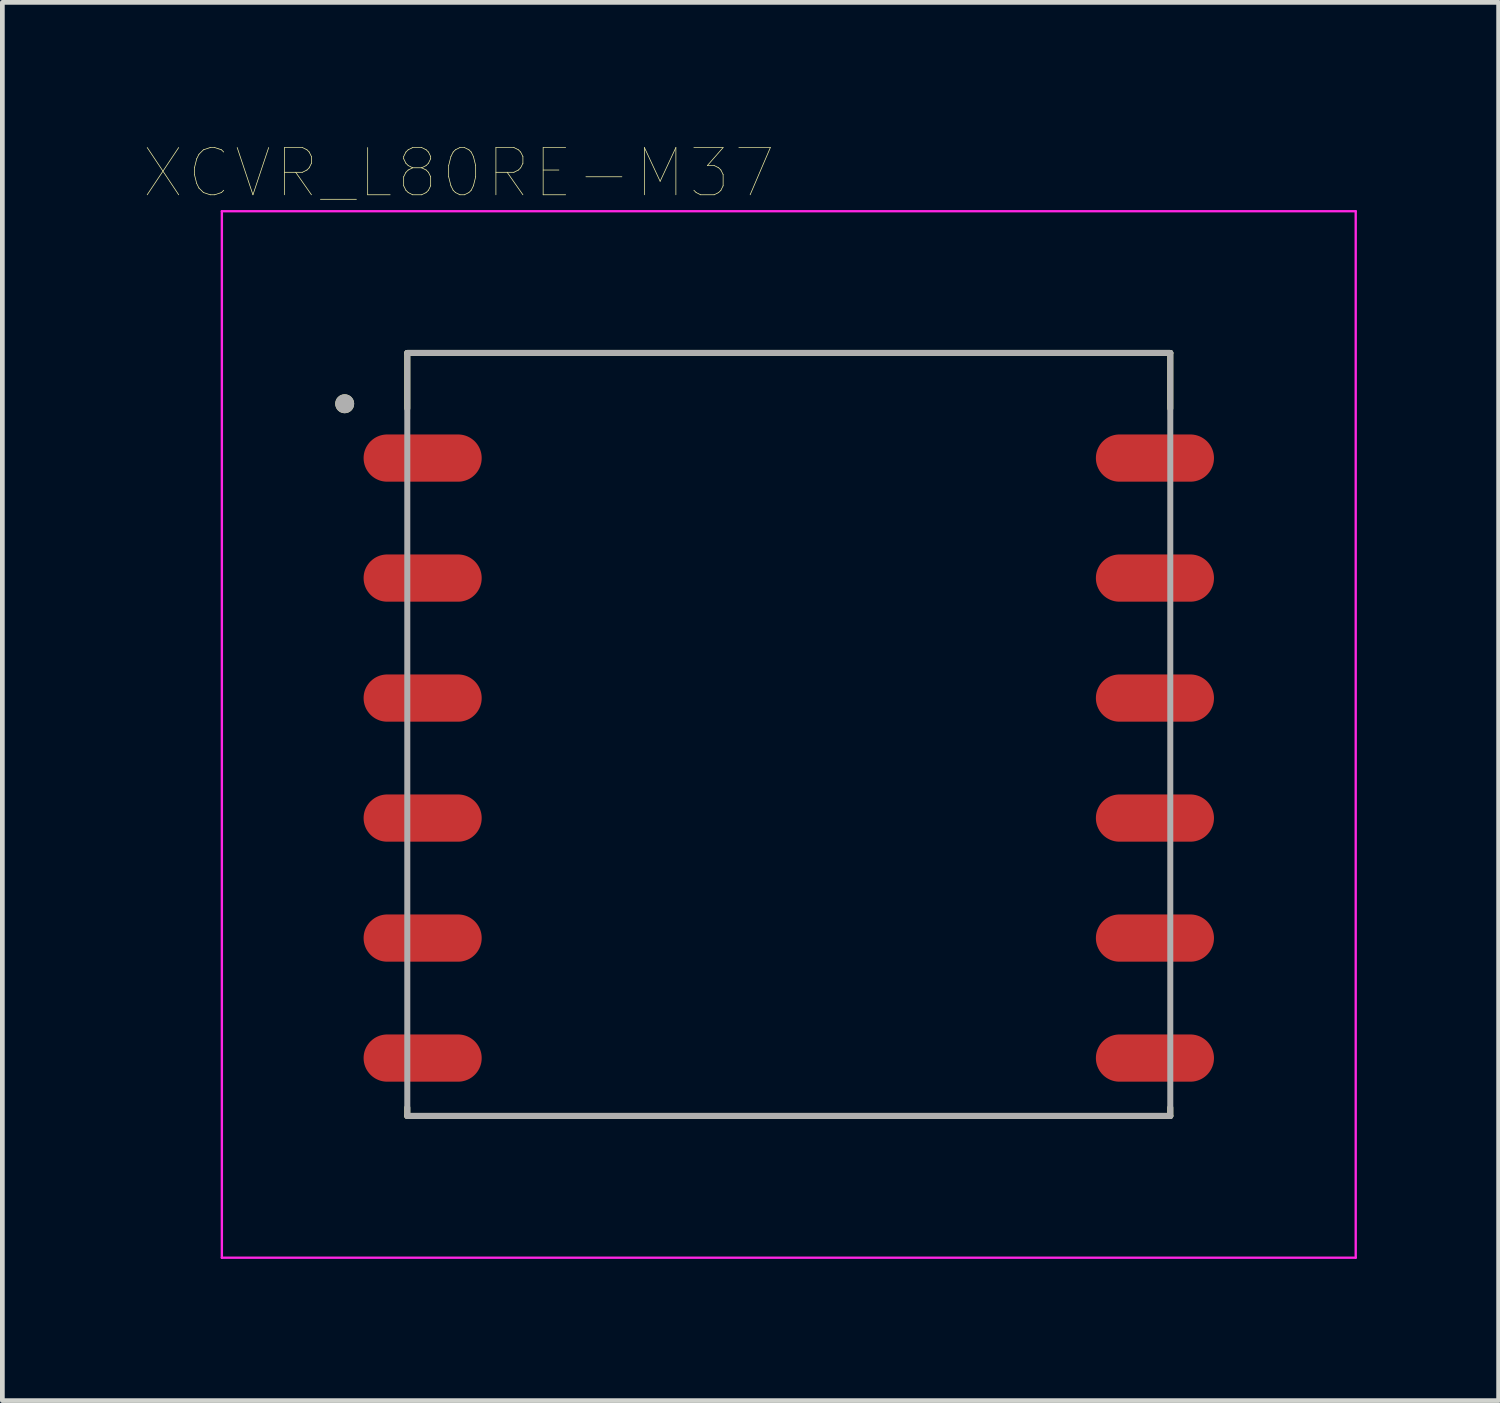
<source format=kicad_pcb>
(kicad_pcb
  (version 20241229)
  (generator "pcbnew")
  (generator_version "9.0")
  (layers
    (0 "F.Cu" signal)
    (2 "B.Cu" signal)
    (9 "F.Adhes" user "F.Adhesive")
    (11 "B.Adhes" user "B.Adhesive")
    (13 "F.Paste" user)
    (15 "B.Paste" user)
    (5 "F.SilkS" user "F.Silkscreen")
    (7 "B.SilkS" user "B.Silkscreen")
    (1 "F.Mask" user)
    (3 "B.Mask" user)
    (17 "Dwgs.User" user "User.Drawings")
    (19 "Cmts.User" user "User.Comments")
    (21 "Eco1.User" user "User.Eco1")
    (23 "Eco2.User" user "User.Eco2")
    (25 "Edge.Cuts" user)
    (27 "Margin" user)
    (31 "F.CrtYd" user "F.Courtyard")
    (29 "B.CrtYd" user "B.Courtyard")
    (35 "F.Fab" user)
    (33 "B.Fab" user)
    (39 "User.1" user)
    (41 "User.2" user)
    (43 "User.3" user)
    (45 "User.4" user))
  (footprint "XCVR_L80RE-M37"
    (layer "F.Cu")
    (at 13.646 12.996)
    (property "Reference" "XCVR_L80RE-M37" (at -6.985 -12.385 0) (layer "F.SilkS") (effects (font (size 1 1) (thickness 0.015))))
    (attr through_hole)
    (fp_line (start -8.075 -8.575) (end -8.075 -7.4) (stroke (width 0.127) (type solid)) (layer "F.SilkS"))
    (fp_line (start -8.075 -8.575) (end 8.075 -8.575) (stroke (width 0.127) (type solid)) (layer "F.SilkS"))
    (fp_line (start -8.075 7.575) (end -8.075 7.4) (stroke (width 0.127) (type solid)) (layer "F.SilkS"))
    (fp_line (start 8.075 -8.575) (end 8.075 -7.4) (stroke (width 0.127) (type solid)) (layer "F.SilkS"))
    (fp_line (start 8.075 7.575) (end -8.075 7.575) (stroke (width 0.127) (type solid)) (layer "F.SilkS"))
    (fp_line (start 8.075 7.575) (end 8.075 7.4) (stroke (width 0.127) (type solid)) (layer "F.SilkS"))
    (fp_circle (center -9.4 -7.5) (end -9.3 -7.5) (stroke (width 0.2) (type solid)) (fill no) (layer "F.SilkS"))
    (fp_poly (pts (xy -8 -6.85) (xy -7.1 -6.85) (xy -7.048 -6.847) (xy -6.996 -6.839) (xy -6.945 -6.826) (xy -6.897 -6.807) (xy -6.85 -6.783) (xy -6.806 -6.755) (xy -6.765 -6.722) (xy -6.728 -6.685) (xy -6.695 -6.644) (xy -6.667 -6.6) (xy -6.643 -6.553) (xy -6.624 -6.505) (xy -6.611 -6.454) (xy -6.603 -6.402) (xy -6.6 -6.35) (xy -6.603 -6.298) (xy -6.611 -6.246) (xy -6.624 -6.195) (xy -6.643 -6.147) (xy -6.667 -6.1) (xy -6.695 -6.056) (xy -6.728 -6.015) (xy -6.765 -5.978) (xy -6.806 -5.945) (xy -6.85 -5.917) (xy -6.897 -5.893) (xy -6.945 -5.874) (xy -6.996 -5.861) (xy -7.048 -5.853) (xy -7.1 -5.85) (xy -8.9 -5.85) (xy -8.952 -5.853) (xy -9.004 -5.861) (xy -9.055 -5.874) (xy -9.103 -5.893) (xy -9.15 -5.917) (xy -9.194 -5.945) (xy -9.235 -5.978) (xy -9.272 -6.015) (xy -9.305 -6.056) (xy -9.333 -6.1) (xy -9.357 -6.147) (xy -9.376 -6.195) (xy -9.389 -6.246) (xy -9.397 -6.298) (xy -9.4 -6.35) (xy -9.397 -6.402) (xy -9.389 -6.454) (xy -9.376 -6.505) (xy -9.357 -6.553) (xy -9.333 -6.6) (xy -9.305 -6.644) (xy -9.272 -6.685) (xy -9.235 -6.722) (xy -9.194 -6.755) (xy -9.15 -6.783) (xy -9.103 -6.807) (xy -9.055 -6.826) (xy -9.004 -6.839) (xy -8.952 -6.847) (xy -8.9 -6.85) (xy -8 -6.85)) (stroke (width 0.0001) (type solid)) (fill yes) (layer "F.Paste"))
    (fp_poly (pts (xy -8 -4.31) (xy -7.1 -4.31) (xy -7.048 -4.307) (xy -6.996 -4.299) (xy -6.945 -4.286) (xy -6.897 -4.267) (xy -6.85 -4.243) (xy -6.806 -4.215) (xy -6.765 -4.182) (xy -6.728 -4.145) (xy -6.695 -4.104) (xy -6.667 -4.06) (xy -6.643 -4.013) (xy -6.624 -3.965) (xy -6.611 -3.914) (xy -6.603 -3.862) (xy -6.6 -3.81) (xy -6.603 -3.758) (xy -6.611 -3.706) (xy -6.624 -3.655) (xy -6.643 -3.607) (xy -6.667 -3.56) (xy -6.695 -3.516) (xy -6.728 -3.475) (xy -6.765 -3.438) (xy -6.806 -3.405) (xy -6.85 -3.377) (xy -6.897 -3.353) (xy -6.945 -3.334) (xy -6.996 -3.321) (xy -7.048 -3.313) (xy -7.1 -3.31) (xy -8.9 -3.31) (xy -8.952 -3.313) (xy -9.004 -3.321) (xy -9.055 -3.334) (xy -9.103 -3.353) (xy -9.15 -3.377) (xy -9.194 -3.405) (xy -9.235 -3.438) (xy -9.272 -3.475) (xy -9.305 -3.516) (xy -9.333 -3.56) (xy -9.357 -3.607) (xy -9.376 -3.655) (xy -9.389 -3.706) (xy -9.397 -3.758) (xy -9.4 -3.81) (xy -9.397 -3.862) (xy -9.389 -3.914) (xy -9.376 -3.965) (xy -9.357 -4.013) (xy -9.333 -4.06) (xy -9.305 -4.104) (xy -9.272 -4.145) (xy -9.235 -4.182) (xy -9.194 -4.215) (xy -9.15 -4.243) (xy -9.103 -4.267) (xy -9.055 -4.286) (xy -9.004 -4.299) (xy -8.952 -4.307) (xy -8.9 -4.31) (xy -8 -4.31)) (stroke (width 0.0001) (type solid)) (fill yes) (layer "F.Paste"))
    (fp_poly (pts (xy -8 -1.77) (xy -7.1 -1.77) (xy -7.048 -1.767) (xy -6.996 -1.759) (xy -6.945 -1.746) (xy -6.897 -1.727) (xy -6.85 -1.703) (xy -6.806 -1.675) (xy -6.765 -1.642) (xy -6.728 -1.605) (xy -6.695 -1.564) (xy -6.667 -1.52) (xy -6.643 -1.473) (xy -6.624 -1.425) (xy -6.611 -1.374) (xy -6.603 -1.322) (xy -6.6 -1.27) (xy -6.603 -1.218) (xy -6.611 -1.166) (xy -6.624 -1.115) (xy -6.643 -1.067) (xy -6.667 -1.02) (xy -6.695 -0.976) (xy -6.728 -0.935) (xy -6.765 -0.898) (xy -6.806 -0.865) (xy -6.85 -0.837) (xy -6.897 -0.813) (xy -6.945 -0.794) (xy -6.996 -0.781) (xy -7.048 -0.773) (xy -7.1 -0.77) (xy -8.9 -0.77) (xy -8.952 -0.773) (xy -9.004 -0.781) (xy -9.055 -0.794) (xy -9.103 -0.813) (xy -9.15 -0.837) (xy -9.194 -0.865) (xy -9.235 -0.898) (xy -9.272 -0.935) (xy -9.305 -0.976) (xy -9.333 -1.02) (xy -9.357 -1.067) (xy -9.376 -1.115) (xy -9.389 -1.166) (xy -9.397 -1.218) (xy -9.4 -1.27) (xy -9.397 -1.322) (xy -9.389 -1.374) (xy -9.376 -1.425) (xy -9.357 -1.473) (xy -9.333 -1.52) (xy -9.305 -1.564) (xy -9.272 -1.605) (xy -9.235 -1.642) (xy -9.194 -1.675) (xy -9.15 -1.703) (xy -9.103 -1.727) (xy -9.055 -1.746) (xy -9.004 -1.759) (xy -8.952 -1.767) (xy -8.9 -1.77) (xy -8 -1.77)) (stroke (width 0.0001) (type solid)) (fill yes) (layer "F.Paste"))
    (fp_poly (pts (xy -8 0.77) (xy -7.1 0.77) (xy -7.048 0.773) (xy -6.996 0.781) (xy -6.945 0.794) (xy -6.897 0.813) (xy -6.85 0.837) (xy -6.806 0.865) (xy -6.765 0.898) (xy -6.728 0.935) (xy -6.695 0.976) (xy -6.667 1.02) (xy -6.643 1.067) (xy -6.624 1.115) (xy -6.611 1.166) (xy -6.603 1.218) (xy -6.6 1.27) (xy -6.603 1.322) (xy -6.611 1.374) (xy -6.624 1.425) (xy -6.643 1.473) (xy -6.667 1.52) (xy -6.695 1.564) (xy -6.728 1.605) (xy -6.765 1.642) (xy -6.806 1.675) (xy -6.85 1.703) (xy -6.897 1.727) (xy -6.945 1.746) (xy -6.996 1.759) (xy -7.048 1.767) (xy -7.1 1.77) (xy -8.9 1.77) (xy -8.952 1.767) (xy -9.004 1.759) (xy -9.055 1.746) (xy -9.103 1.727) (xy -9.15 1.703) (xy -9.194 1.675) (xy -9.235 1.642) (xy -9.272 1.605) (xy -9.305 1.564) (xy -9.333 1.52) (xy -9.357 1.473) (xy -9.376 1.425) (xy -9.389 1.374) (xy -9.397 1.322) (xy -9.4 1.27) (xy -9.397 1.218) (xy -9.389 1.166) (xy -9.376 1.115) (xy -9.357 1.067) (xy -9.333 1.02) (xy -9.305 0.976) (xy -9.272 0.935) (xy -9.235 0.898) (xy -9.194 0.865) (xy -9.15 0.837) (xy -9.103 0.813) (xy -9.055 0.794) (xy -9.004 0.781) (xy -8.952 0.773) (xy -8.9 0.77) (xy -8 0.77)) (stroke (width 0.0001) (type solid)) (fill yes) (layer "F.Paste"))
    (fp_poly (pts (xy -8 3.31) (xy -7.1 3.31) (xy -7.048 3.313) (xy -6.996 3.321) (xy -6.945 3.334) (xy -6.897 3.353) (xy -6.85 3.377) (xy -6.806 3.405) (xy -6.765 3.438) (xy -6.728 3.475) (xy -6.695 3.516) (xy -6.667 3.56) (xy -6.643 3.607) (xy -6.624 3.655) (xy -6.611 3.706) (xy -6.603 3.758) (xy -6.6 3.81) (xy -6.603 3.862) (xy -6.611 3.914) (xy -6.624 3.965) (xy -6.643 4.013) (xy -6.667 4.06) (xy -6.695 4.104) (xy -6.728 4.145) (xy -6.765 4.182) (xy -6.806 4.215) (xy -6.85 4.243) (xy -6.897 4.267) (xy -6.945 4.286) (xy -6.996 4.299) (xy -7.048 4.307) (xy -7.1 4.31) (xy -8.9 4.31) (xy -8.952 4.307) (xy -9.004 4.299) (xy -9.055 4.286) (xy -9.103 4.267) (xy -9.15 4.243) (xy -9.194 4.215) (xy -9.235 4.182) (xy -9.272 4.145) (xy -9.305 4.104) (xy -9.333 4.06) (xy -9.357 4.013) (xy -9.376 3.965) (xy -9.389 3.914) (xy -9.397 3.862) (xy -9.4 3.81) (xy -9.397 3.758) (xy -9.389 3.706) (xy -9.376 3.655) (xy -9.357 3.607) (xy -9.333 3.56) (xy -9.305 3.516) (xy -9.272 3.475) (xy -9.235 3.438) (xy -9.194 3.405) (xy -9.15 3.377) (xy -9.103 3.353) (xy -9.055 3.334) (xy -9.004 3.321) (xy -8.952 3.313) (xy -8.9 3.31) (xy -8 3.31)) (stroke (width 0.0001) (type solid)) (fill yes) (layer "F.Paste"))
    (fp_poly (pts (xy -8 5.85) (xy -7.1 5.85) (xy -7.048 5.853) (xy -6.996 5.861) (xy -6.945 5.874) (xy -6.897 5.893) (xy -6.85 5.917) (xy -6.806 5.945) (xy -6.765 5.978) (xy -6.728 6.015) (xy -6.695 6.056) (xy -6.667 6.1) (xy -6.643 6.147) (xy -6.624 6.195) (xy -6.611 6.246) (xy -6.603 6.298) (xy -6.6 6.35) (xy -6.603 6.402) (xy -6.611 6.454) (xy -6.624 6.505) (xy -6.643 6.553) (xy -6.667 6.6) (xy -6.695 6.644) (xy -6.728 6.685) (xy -6.765 6.722) (xy -6.806 6.755) (xy -6.85 6.783) (xy -6.897 6.807) (xy -6.945 6.826) (xy -6.996 6.839) (xy -7.048 6.847) (xy -7.1 6.85) (xy -8.9 6.85) (xy -8.952 6.847) (xy -9.004 6.839) (xy -9.055 6.826) (xy -9.103 6.807) (xy -9.15 6.783) (xy -9.194 6.755) (xy -9.235 6.722) (xy -9.272 6.685) (xy -9.305 6.644) (xy -9.333 6.6) (xy -9.357 6.553) (xy -9.376 6.505) (xy -9.389 6.454) (xy -9.397 6.402) (xy -9.4 6.35) (xy -9.397 6.298) (xy -9.389 6.246) (xy -9.376 6.195) (xy -9.357 6.147) (xy -9.333 6.1) (xy -9.305 6.056) (xy -9.272 6.015) (xy -9.235 5.978) (xy -9.194 5.945) (xy -9.15 5.917) (xy -9.103 5.893) (xy -9.055 5.874) (xy -9.004 5.861) (xy -8.952 5.853) (xy -8.9 5.85) (xy -8 5.85)) (stroke (width 0.0001) (type solid)) (fill yes) (layer "F.Paste"))
    (fp_poly (pts (xy 8 -6.85) (xy 8.9 -6.85) (xy 8.952 -6.847) (xy 9.004 -6.839) (xy 9.055 -6.826) (xy 9.103 -6.807) (xy 9.15 -6.783) (xy 9.194 -6.755) (xy 9.235 -6.722) (xy 9.272 -6.685) (xy 9.305 -6.644) (xy 9.333 -6.6) (xy 9.357 -6.553) (xy 9.376 -6.505) (xy 9.389 -6.454) (xy 9.397 -6.402) (xy 9.4 -6.35) (xy 9.397 -6.298) (xy 9.389 -6.246) (xy 9.376 -6.195) (xy 9.357 -6.147) (xy 9.333 -6.1) (xy 9.305 -6.056) (xy 9.272 -6.015) (xy 9.235 -5.978) (xy 9.194 -5.945) (xy 9.15 -5.917) (xy 9.103 -5.893) (xy 9.055 -5.874) (xy 9.004 -5.861) (xy 8.952 -5.853) (xy 8.9 -5.85) (xy 7.1 -5.85) (xy 7.048 -5.853) (xy 6.996 -5.861) (xy 6.945 -5.874) (xy 6.897 -5.893) (xy 6.85 -5.917) (xy 6.806 -5.945) (xy 6.765 -5.978) (xy 6.728 -6.015) (xy 6.695 -6.056) (xy 6.667 -6.1) (xy 6.643 -6.147) (xy 6.624 -6.195) (xy 6.611 -6.246) (xy 6.603 -6.298) (xy 6.6 -6.35) (xy 6.603 -6.402) (xy 6.611 -6.454) (xy 6.624 -6.505) (xy 6.643 -6.553) (xy 6.667 -6.6) (xy 6.695 -6.644) (xy 6.728 -6.685) (xy 6.765 -6.722) (xy 6.806 -6.755) (xy 6.85 -6.783) (xy 6.897 -6.807) (xy 6.945 -6.826) (xy 6.996 -6.839) (xy 7.048 -6.847) (xy 7.1 -6.85) (xy 8 -6.85)) (stroke (width 0.0001) (type solid)) (fill yes) (layer "F.Paste"))
    (fp_poly (pts (xy 8 -4.31) (xy 8.9 -4.31) (xy 8.952 -4.307) (xy 9.004 -4.299) (xy 9.055 -4.286) (xy 9.103 -4.267) (xy 9.15 -4.243) (xy 9.194 -4.215) (xy 9.235 -4.182) (xy 9.272 -4.145) (xy 9.305 -4.104) (xy 9.333 -4.06) (xy 9.357 -4.013) (xy 9.376 -3.965) (xy 9.389 -3.914) (xy 9.397 -3.862) (xy 9.4 -3.81) (xy 9.397 -3.758) (xy 9.389 -3.706) (xy 9.376 -3.655) (xy 9.357 -3.607) (xy 9.333 -3.56) (xy 9.305 -3.516) (xy 9.272 -3.475) (xy 9.235 -3.438) (xy 9.194 -3.405) (xy 9.15 -3.377) (xy 9.103 -3.353) (xy 9.055 -3.334) (xy 9.004 -3.321) (xy 8.952 -3.313) (xy 8.9 -3.31) (xy 7.1 -3.31) (xy 7.048 -3.313) (xy 6.996 -3.321) (xy 6.945 -3.334) (xy 6.897 -3.353) (xy 6.85 -3.377) (xy 6.806 -3.405) (xy 6.765 -3.438) (xy 6.728 -3.475) (xy 6.695 -3.516) (xy 6.667 -3.56) (xy 6.643 -3.607) (xy 6.624 -3.655) (xy 6.611 -3.706) (xy 6.603 -3.758) (xy 6.6 -3.81) (xy 6.603 -3.862) (xy 6.611 -3.914) (xy 6.624 -3.965) (xy 6.643 -4.013) (xy 6.667 -4.06) (xy 6.695 -4.104) (xy 6.728 -4.145) (xy 6.765 -4.182) (xy 6.806 -4.215) (xy 6.85 -4.243) (xy 6.897 -4.267) (xy 6.945 -4.286) (xy 6.996 -4.299) (xy 7.048 -4.307) (xy 7.1 -4.31) (xy 8 -4.31)) (stroke (width 0.0001) (type solid)) (fill yes) (layer "F.Paste"))
    (fp_poly (pts (xy 8 -1.77) (xy 8.9 -1.77) (xy 8.952 -1.767) (xy 9.004 -1.759) (xy 9.055 -1.746) (xy 9.103 -1.727) (xy 9.15 -1.703) (xy 9.194 -1.675) (xy 9.235 -1.642) (xy 9.272 -1.605) (xy 9.305 -1.564) (xy 9.333 -1.52) (xy 9.357 -1.473) (xy 9.376 -1.425) (xy 9.389 -1.374) (xy 9.397 -1.322) (xy 9.4 -1.27) (xy 9.397 -1.218) (xy 9.389 -1.166) (xy 9.376 -1.115) (xy 9.357 -1.067) (xy 9.333 -1.02) (xy 9.305 -0.976) (xy 9.272 -0.935) (xy 9.235 -0.898) (xy 9.194 -0.865) (xy 9.15 -0.837) (xy 9.103 -0.813) (xy 9.055 -0.794) (xy 9.004 -0.781) (xy 8.952 -0.773) (xy 8.9 -0.77) (xy 7.1 -0.77) (xy 7.048 -0.773) (xy 6.996 -0.781) (xy 6.945 -0.794) (xy 6.897 -0.813) (xy 6.85 -0.837) (xy 6.806 -0.865) (xy 6.765 -0.898) (xy 6.728 -0.935) (xy 6.695 -0.976) (xy 6.667 -1.02) (xy 6.643 -1.067) (xy 6.624 -1.115) (xy 6.611 -1.166) (xy 6.603 -1.218) (xy 6.6 -1.27) (xy 6.603 -1.322) (xy 6.611 -1.374) (xy 6.624 -1.425) (xy 6.643 -1.473) (xy 6.667 -1.52) (xy 6.695 -1.564) (xy 6.728 -1.605) (xy 6.765 -1.642) (xy 6.806 -1.675) (xy 6.85 -1.703) (xy 6.897 -1.727) (xy 6.945 -1.746) (xy 6.996 -1.759) (xy 7.048 -1.767) (xy 7.1 -1.77) (xy 8 -1.77)) (stroke (width 0.0001) (type solid)) (fill yes) (layer "F.Paste"))
    (fp_poly (pts (xy 8 0.77) (xy 8.9 0.77) (xy 8.952 0.773) (xy 9.004 0.781) (xy 9.055 0.794) (xy 9.103 0.813) (xy 9.15 0.837) (xy 9.194 0.865) (xy 9.235 0.898) (xy 9.272 0.935) (xy 9.305 0.976) (xy 9.333 1.02) (xy 9.357 1.067) (xy 9.376 1.115) (xy 9.389 1.166) (xy 9.397 1.218) (xy 9.4 1.27) (xy 9.397 1.322) (xy 9.389 1.374) (xy 9.376 1.425) (xy 9.357 1.473) (xy 9.333 1.52) (xy 9.305 1.564) (xy 9.272 1.605) (xy 9.235 1.642) (xy 9.194 1.675) (xy 9.15 1.703) (xy 9.103 1.727) (xy 9.055 1.746) (xy 9.004 1.759) (xy 8.952 1.767) (xy 8.9 1.77) (xy 7.1 1.77) (xy 7.048 1.767) (xy 6.996 1.759) (xy 6.945 1.746) (xy 6.897 1.727) (xy 6.85 1.703) (xy 6.806 1.675) (xy 6.765 1.642) (xy 6.728 1.605) (xy 6.695 1.564) (xy 6.667 1.52) (xy 6.643 1.473) (xy 6.624 1.425) (xy 6.611 1.374) (xy 6.603 1.322) (xy 6.6 1.27) (xy 6.603 1.218) (xy 6.611 1.166) (xy 6.624 1.115) (xy 6.643 1.067) (xy 6.667 1.02) (xy 6.695 0.976) (xy 6.728 0.935) (xy 6.765 0.898) (xy 6.806 0.865) (xy 6.85 0.837) (xy 6.897 0.813) (xy 6.945 0.794) (xy 6.996 0.781) (xy 7.048 0.773) (xy 7.1 0.77) (xy 8 0.77)) (stroke (width 0.0001) (type solid)) (fill yes) (layer "F.Paste"))
    (fp_poly (pts (xy 8 3.31) (xy 8.9 3.31) (xy 8.952 3.313) (xy 9.004 3.321) (xy 9.055 3.334) (xy 9.103 3.353) (xy 9.15 3.377) (xy 9.194 3.405) (xy 9.235 3.438) (xy 9.272 3.475) (xy 9.305 3.516) (xy 9.333 3.56) (xy 9.357 3.607) (xy 9.376 3.655) (xy 9.389 3.706) (xy 9.397 3.758) (xy 9.4 3.81) (xy 9.397 3.862) (xy 9.389 3.914) (xy 9.376 3.965) (xy 9.357 4.013) (xy 9.333 4.06) (xy 9.305 4.104) (xy 9.272 4.145) (xy 9.235 4.182) (xy 9.194 4.215) (xy 9.15 4.243) (xy 9.103 4.267) (xy 9.055 4.286) (xy 9.004 4.299) (xy 8.952 4.307) (xy 8.9 4.31) (xy 7.1 4.31) (xy 7.048 4.307) (xy 6.996 4.299) (xy 6.945 4.286) (xy 6.897 4.267) (xy 6.85 4.243) (xy 6.806 4.215) (xy 6.765 4.182) (xy 6.728 4.145) (xy 6.695 4.104) (xy 6.667 4.06) (xy 6.643 4.013) (xy 6.624 3.965) (xy 6.611 3.914) (xy 6.603 3.862) (xy 6.6 3.81) (xy 6.603 3.758) (xy 6.611 3.706) (xy 6.624 3.655) (xy 6.643 3.607) (xy 6.667 3.56) (xy 6.695 3.516) (xy 6.728 3.475) (xy 6.765 3.438) (xy 6.806 3.405) (xy 6.85 3.377) (xy 6.897 3.353) (xy 6.945 3.334) (xy 6.996 3.321) (xy 7.048 3.313) (xy 7.1 3.31) (xy 8 3.31)) (stroke (width 0.0001) (type solid)) (fill yes) (layer "F.Paste"))
    (fp_poly (pts (xy 8 5.85) (xy 8.9 5.85) (xy 8.952 5.853) (xy 9.004 5.861) (xy 9.055 5.874) (xy 9.103 5.893) (xy 9.15 5.917) (xy 9.194 5.945) (xy 9.235 5.978) (xy 9.272 6.015) (xy 9.305 6.056) (xy 9.333 6.1) (xy 9.357 6.147) (xy 9.376 6.195) (xy 9.389 6.246) (xy 9.397 6.298) (xy 9.4 6.35) (xy 9.397 6.402) (xy 9.389 6.454) (xy 9.376 6.505) (xy 9.357 6.553) (xy 9.333 6.6) (xy 9.305 6.644) (xy 9.272 6.685) (xy 9.235 6.722) (xy 9.194 6.755) (xy 9.15 6.783) (xy 9.103 6.807) (xy 9.055 6.826) (xy 9.004 6.839) (xy 8.952 6.847) (xy 8.9 6.85) (xy 7.1 6.85) (xy 7.048 6.847) (xy 6.996 6.839) (xy 6.945 6.826) (xy 6.897 6.807) (xy 6.85 6.783) (xy 6.806 6.755) (xy 6.765 6.722) (xy 6.728 6.685) (xy 6.695 6.644) (xy 6.667 6.6) (xy 6.643 6.553) (xy 6.624 6.505) (xy 6.611 6.454) (xy 6.603 6.402) (xy 6.6 6.35) (xy 6.603 6.298) (xy 6.611 6.246) (xy 6.624 6.195) (xy 6.643 6.147) (xy 6.667 6.1) (xy 6.695 6.056) (xy 6.728 6.015) (xy 6.765 5.978) (xy 6.806 5.945) (xy 6.85 5.917) (xy 6.897 5.893) (xy 6.945 5.874) (xy 6.996 5.861) (xy 7.048 5.853) (xy 7.1 5.85) (xy 8 5.85)) (stroke (width 0.0001) (type solid)) (fill yes) (layer "F.Paste"))
    (fp_line (start -12 -11.575) (end 12 -11.575) (stroke (width 0.05) (type solid)) (layer "F.CrtYd"))
    (fp_line (start -12 10.575) (end -12 -11.575) (stroke (width 0.05) (type solid)) (layer "F.CrtYd"))
    (fp_line (start 12 -11.575) (end 12 10.575) (stroke (width 0.05) (type solid)) (layer "F.CrtYd"))
    (fp_line (start 12 10.575) (end -12 10.575) (stroke (width 0.05) (type solid)) (layer "F.CrtYd"))
    (fp_line (start -8.075 -8.575) (end 8.075 -8.575) (stroke (width 0.127) (type solid)) (layer "F.Fab"))
    (fp_line (start -8.075 7.575) (end -8.075 -8.575) (stroke (width 0.127) (type solid)) (layer "F.Fab"))
    (fp_line (start 8.075 -8.575) (end 8.075 7.575) (stroke (width 0.127) (type solid)) (layer "F.Fab"))
    (fp_line (start 8.075 7.575) (end -8.075 7.575) (stroke (width 0.127) (type solid)) (layer "F.Fab"))
    (fp_circle (center -9.4 -7.5) (end -9.3 -7.5) (stroke (width 0.2) (type solid)) (fill no) (layer "F.Fab"))
    (pad "1" smd oval (at -7.75 -6.35) (size 2.5 1) (layers "F.Cu" "F.Mask"))
    (pad "2" smd oval (at -7.75 -3.81) (size 2.5 1) (layers "F.Cu" "F.Mask"))
    (pad "3" smd oval (at -7.75 -1.27) (size 2.5 1) (layers "F.Cu" "F.Mask"))
    (pad "4" smd oval (at -7.75 1.27) (size 2.5 1) (layers "F.Cu" "F.Mask"))
    (pad "5" smd oval (at -7.75 3.81) (size 2.5 1) (layers "F.Cu" "F.Mask"))
    (pad "6" smd oval (at -7.75 6.35) (size 2.5 1) (layers "F.Cu" "F.Mask"))
    (pad "7" smd oval (at 7.75 6.35) (size 2.5 1) (layers "F.Cu" "F.Mask"))
    (pad "8" smd oval (at 7.75 3.81) (size 2.5 1) (layers "F.Cu" "F.Mask"))
    (pad "9" smd oval (at 7.75 1.27) (size 2.5 1) (layers "F.Cu" "F.Mask"))
    (pad "10" smd oval (at 7.75 -1.27) (size 2.5 1) (layers "F.Cu" "F.Mask"))
    (pad "11" smd oval (at 7.75 -3.81) (size 2.5 1) (layers "F.Cu" "F.Mask"))
    (pad "12" smd oval (at 7.75 -6.35) (size 2.5 1) (layers "F.Cu" "F.Mask")))
  (gr_rect
    (start -3 -3)
    (end 28.671 26.596)
    (stroke (width 0.1) (type default))
    (fill no)
    (layer "Edge.Cuts")))
</source>
